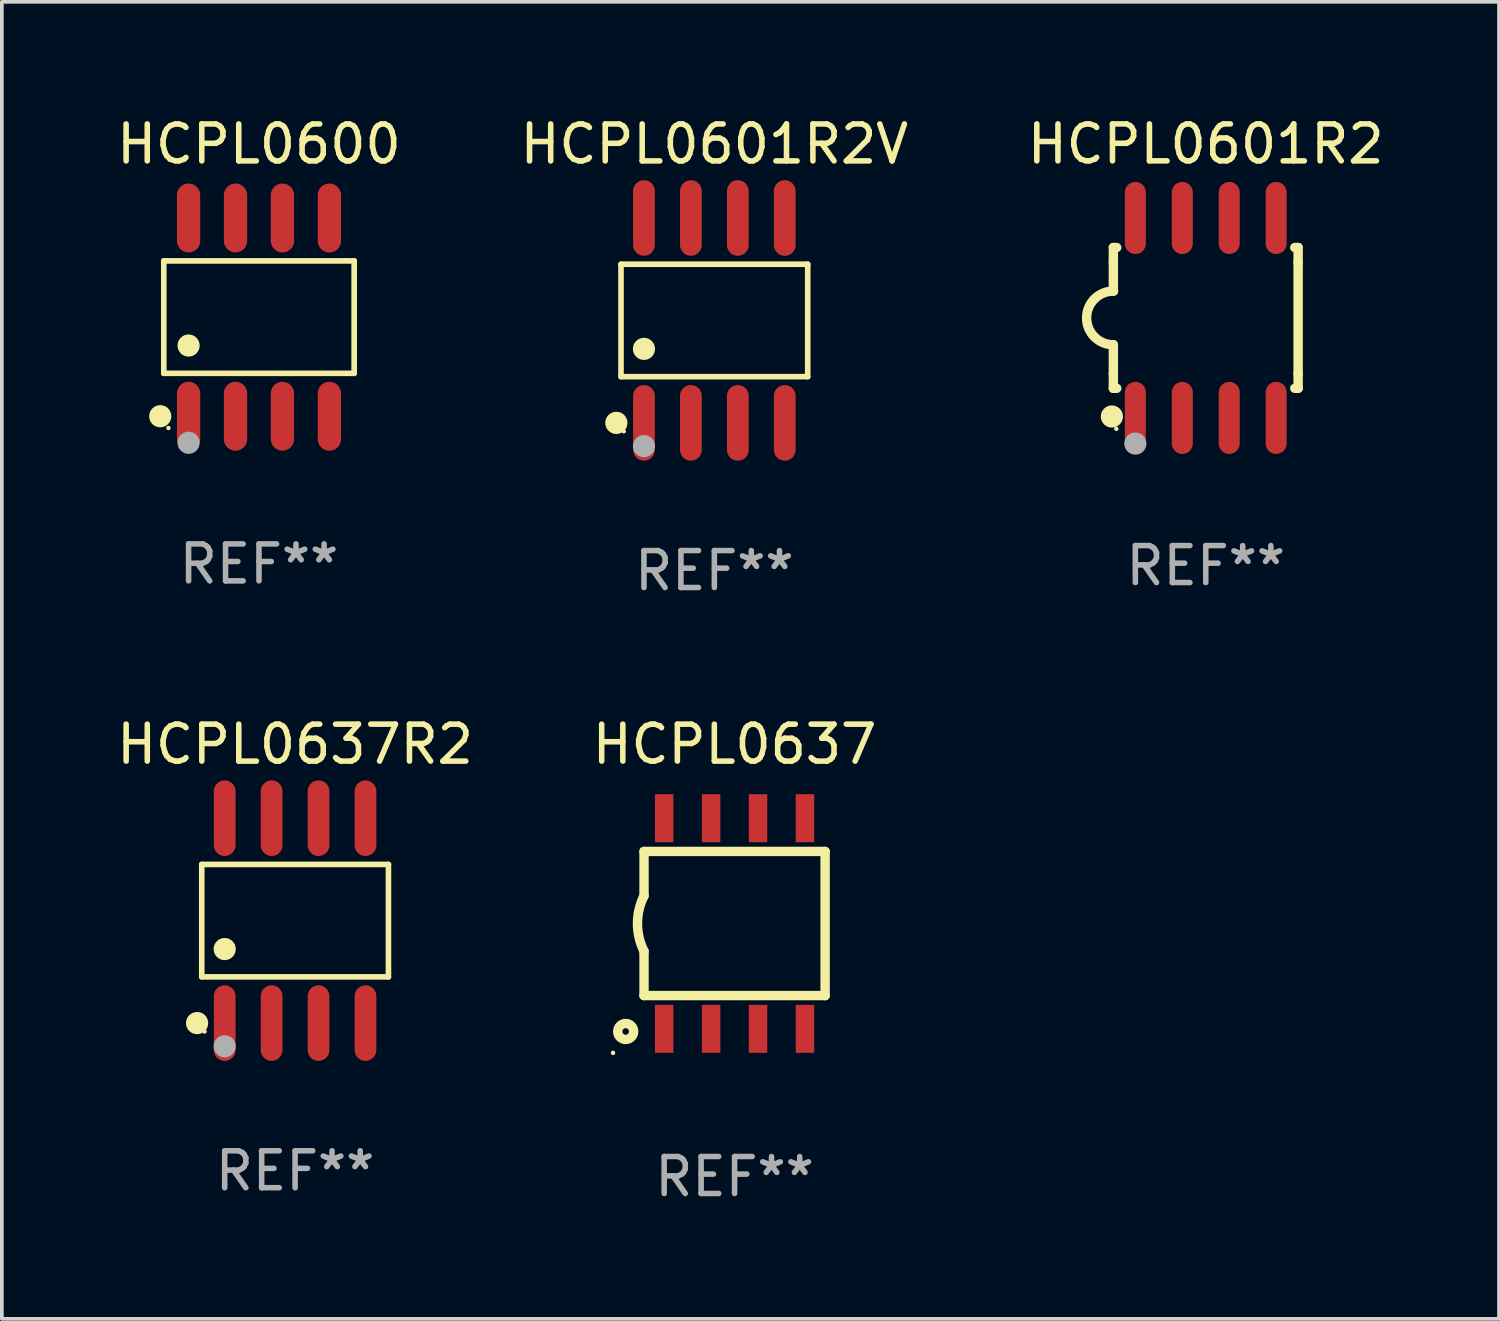
<source format=kicad_pcb>
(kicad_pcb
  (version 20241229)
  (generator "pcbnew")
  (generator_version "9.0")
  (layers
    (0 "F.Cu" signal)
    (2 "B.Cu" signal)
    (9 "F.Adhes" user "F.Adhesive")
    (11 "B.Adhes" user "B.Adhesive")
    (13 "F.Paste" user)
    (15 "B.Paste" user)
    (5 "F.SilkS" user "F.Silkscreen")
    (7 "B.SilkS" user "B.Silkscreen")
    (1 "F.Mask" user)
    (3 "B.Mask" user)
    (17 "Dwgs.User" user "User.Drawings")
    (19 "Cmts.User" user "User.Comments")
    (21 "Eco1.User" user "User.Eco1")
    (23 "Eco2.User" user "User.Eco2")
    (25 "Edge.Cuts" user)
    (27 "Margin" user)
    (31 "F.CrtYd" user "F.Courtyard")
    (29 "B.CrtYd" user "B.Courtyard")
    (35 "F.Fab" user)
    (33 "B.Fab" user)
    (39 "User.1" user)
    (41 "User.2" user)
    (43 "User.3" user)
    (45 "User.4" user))
  (footprint "HCPL0600"
    (layer "F.Cu")
    (at 3.958 5.531)
    (property "Reference" "HCPL0600" (at 0 -4.682 0) (layer "F.SilkS") (effects (font (size 1 1) (thickness 0.15))))
    (attr through_hole)
    (fp_line (start -2.576 -1.521) (end 2.576 -1.521) (stroke (width 0.152) (type solid)) (layer "F.SilkS"))
    (fp_line (start -2.576 1.521) (end -2.576 -1.521) (stroke (width 0.152) (type solid)) (layer "F.SilkS"))
    (fp_line (start 2.576 -1.521) (end 2.576 1.521) (stroke (width 0.152) (type solid)) (layer "F.SilkS"))
    (fp_line (start 2.576 1.521) (end -2.576 1.521) (stroke (width 0.152) (type solid)) (layer "F.SilkS"))
    (fp_circle (center -2.672 2.682) (end -2.522 2.682) (stroke (width 0.3) (type solid)) (fill no) (layer "F.SilkS"))
    (fp_circle (center -2.45 3) (end -2.42 3) (stroke (width 0.06) (type solid)) (fill no) (layer "F.SilkS"))
    (fp_circle (center -1.905 0.769) (end -1.755 0.769) (stroke (width 0.3) (type solid)) (fill no) (layer "F.SilkS"))
    (fp_circle (center -1.905 3.4) (end -1.755 3.4) (stroke (width 0.3) (type solid)) (fill no) (layer "F.Fab"))
    (fp_text user "REF**" (at 0 6.682 0) (layer "F.Fab") (effects (font (size 1 1) (thickness 0.15))))
    (pad "1" smd oval (at -1.905 2.682) (size 0.63 1.865) (layers "F.Cu" "F.Mask" "F.Paste"))
    (pad "2" smd oval (at -0.635 2.682) (size 0.63 1.865) (layers "F.Cu" "F.Mask" "F.Paste"))
    (pad "3" smd oval (at 0.635 2.682) (size 0.63 1.865) (layers "F.Cu" "F.Mask" "F.Paste"))
    (pad "4" smd oval (at 1.905 2.682) (size 0.63 1.865) (layers "F.Cu" "F.Mask" "F.Paste"))
    (pad "5" smd oval (at 1.905 -2.682) (size 0.63 1.865) (layers "F.Cu" "F.Mask" "F.Paste"))
    (pad "6" smd oval (at 0.635 -2.682) (size 0.63 1.865) (layers "F.Cu" "F.Mask" "F.Paste"))
    (pad "7" smd oval (at -0.635 -2.682) (size 0.63 1.865) (layers "F.Cu" "F.Mask" "F.Paste"))
    (pad "8" smd oval (at -1.905 -2.682) (size 0.63 1.865) (layers "F.Cu" "F.Mask" "F.Paste")))
  (footprint "HCPL0637"
    (layer "F.Cu")
    (at 16.827 21.94)
    (property "Reference" "HCPL0637" (at 0 -4.85 0) (layer "F.SilkS") (effects (font (size 1 1) (thickness 0.15))))
    (attr through_hole)
    (fp_line (start -2.45 -1.95) (end -2.45 -0.75) (stroke (width 0.254) (type solid)) (layer "F.SilkS"))
    (fp_line (start -2.45 -1.95) (end 2.45 -1.95) (stroke (width 0.254) (type solid)) (layer "F.SilkS"))
    (fp_line (start -2.45 1.95) (end 2.45 1.95) (stroke (width 0.254) (type solid)) (layer "F.SilkS"))
    (fp_line (start -2.45 1.95) (end -2.45 0.75) (stroke (width 0.254) (type solid)) (layer "F.SilkS"))
    (fp_line (start 2.45 -1.95) (end 2.45 1.95) (stroke (width 0.254) (type solid)) (layer "F.SilkS"))
    (fp_arc (start -2.449797 0.750698) (mid -2.626996 0.00042) (end -2.450025 -0.749911) (stroke (width 0.254001) (type solid)) (layer "F.SilkS"))
    (fp_circle (center -3.289 3.5) (end -3.259 3.5) (stroke (width 0.06) (type solid)) (fill no) (layer "F.SilkS"))
    (fp_circle (center -2.946 2.921) (end -2.73 2.921) (stroke (width 0.254) (type solid)) (fill no) (layer "F.SilkS"))
    (fp_text user "REF**" (at 0 6.85 0) (layer "F.Fab") (effects (font (size 1 1) (thickness 0.15))))
    (pad "1" smd rect (at -1.905 2.85 180) (size 0.5 1.3) (layers "F.Cu" "F.Mask" "F.Paste"))
    (pad "2" smd rect (at -0.635 2.85 180) (size 0.5 1.3) (layers "F.Cu" "F.Mask" "F.Paste"))
    (pad "3" smd rect (at 0.635 2.85 180) (size 0.5 1.3) (layers "F.Cu" "F.Mask" "F.Paste"))
    (pad "4" smd rect (at 1.905 2.85 180) (size 0.5 1.3) (layers "F.Cu" "F.Mask" "F.Paste"))
    (pad "5" smd rect (at 1.905 -2.85 180) (size 0.5 1.3) (layers "F.Cu" "F.Mask" "F.Paste"))
    (pad "6" smd rect (at 0.635 -2.85 180) (size 0.5 1.3) (layers "F.Cu" "F.Mask" "F.Paste"))
    (pad "7" smd rect (at -0.635 -2.85 180) (size 0.5 1.3) (layers "F.Cu" "F.Mask" "F.Paste"))
    (pad "8" smd rect (at -1.905 -2.85 180) (size 0.5 1.3) (layers "F.Cu" "F.Mask" "F.Paste")))
  (footprint "HCPL0601R2V"
    (layer "F.Cu")
    (at 16.28 5.621)
    (property "Reference" "HCPL0601R2V" (at 0 -4.772 0) (layer "F.SilkS") (effects (font (size 1 1) (thickness 0.15))))
    (attr through_hole)
    (fp_line (start -2.526 -1.521) (end 2.526 -1.521) (stroke (width 0.152) (type solid)) (layer "F.SilkS"))
    (fp_line (start -2.526 1.521) (end -2.526 -1.521) (stroke (width 0.152) (type solid)) (layer "F.SilkS"))
    (fp_line (start 2.526 -1.521) (end 2.526 1.521) (stroke (width 0.152) (type solid)) (layer "F.SilkS"))
    (fp_line (start 2.526 1.521) (end -2.526 1.521) (stroke (width 0.152) (type solid)) (layer "F.SilkS"))
    (fp_circle (center -2.652 2.772) (end -2.501 2.772) (stroke (width 0.3) (type solid)) (fill no) (layer "F.SilkS"))
    (fp_circle (center -2.45 3) (end -2.42 3) (stroke (width 0.06) (type solid)) (fill no) (layer "F.SilkS"))
    (fp_circle (center -1.905 0.769) (end -1.755 0.769) (stroke (width 0.3) (type solid)) (fill no) (layer "F.SilkS"))
    (fp_circle (center -1.905 3.4) (end -1.755 3.4) (stroke (width 0.3) (type solid)) (fill no) (layer "F.Fab"))
    (fp_text user "REF**" (at 0 6.772 0) (layer "F.Fab") (effects (font (size 1 1) (thickness 0.15))))
    (pad "1" smd oval (at -1.905 2.772) (size 0.588 2.045) (layers "F.Cu" "F.Mask" "F.Paste"))
    (pad "2" smd oval (at -0.635 2.772) (size 0.588 2.045) (layers "F.Cu" "F.Mask" "F.Paste"))
    (pad "3" smd oval (at 0.635 2.772) (size 0.588 2.045) (layers "F.Cu" "F.Mask" "F.Paste"))
    (pad "4" smd oval (at 1.905 2.772) (size 0.588 2.045) (layers "F.Cu" "F.Mask" "F.Paste"))
    (pad "5" smd oval (at 1.905 -2.772) (size 0.588 2.045) (layers "F.Cu" "F.Mask" "F.Paste"))
    (pad "6" smd oval (at 0.635 -2.772) (size 0.588 2.045) (layers "F.Cu" "F.Mask" "F.Paste"))
    (pad "7" smd oval (at -0.635 -2.772) (size 0.588 2.045) (layers "F.Cu" "F.Mask" "F.Paste"))
    (pad "8" smd oval (at -1.905 -2.772) (size 0.588 2.045) (layers "F.Cu" "F.Mask" "F.Paste")))
  (footprint "HCPL0601R2"
    (layer "F.Cu")
    (at 29.577 5.553)
    (property "Reference" "HCPL0601R2" (at 0 -4.705 0) (layer "F.SilkS") (effects (font (size 1 1) (thickness 0.15))))
    (attr through_hole)
    (fp_line (start -2.5 -1.905) (end -2.409 -1.905) (stroke (width 0.254) (type solid)) (layer "F.SilkS"))
    (fp_line (start -2.5 -1.5) (end -2.5 -1.905) (stroke (width 0.254) (type solid)) (layer "F.SilkS"))
    (fp_line (start -2.5 -1.5) (end -2.5 -0.726) (stroke (width 0.254) (type solid)) (layer "F.SilkS"))
    (fp_line (start -2.5 1.5) (end -2.5 0.727) (stroke (width 0.254) (type solid)) (layer "F.SilkS"))
    (fp_line (start -2.5 1.5) (end -2.5 1.905) (stroke (width 0.254) (type solid)) (layer "F.SilkS"))
    (fp_line (start -2.5 1.905) (end -2.409 1.905) (stroke (width 0.254) (type solid)) (layer "F.SilkS"))
    (fp_line (start 2.5 -1.905) (end 2.409 -1.905) (stroke (width 0.254) (type solid)) (layer "F.SilkS"))
    (fp_line (start 2.5 -1.5) (end 2.5 -1.905) (stroke (width 0.254) (type solid)) (layer "F.SilkS"))
    (fp_line (start 2.5 -1.5) (end 2.5 1.5) (stroke (width 0.254) (type solid)) (layer "F.SilkS"))
    (fp_line (start 2.5 1.5) (end 2.5 1.905) (stroke (width 0.254) (type solid)) (layer "F.SilkS"))
    (fp_line (start 2.5 1.905) (end 2.409 1.905) (stroke (width 0.254) (type solid)) (layer "F.SilkS"))
    (fp_arc (start -2.5 0.726568) (mid -3.220316 -0.0023) (end -2.495097 -0.726289) (stroke (width 0.254001) (type solid)) (layer "F.SilkS"))
    (fp_circle (center -2.54 2.667) (end -2.39 2.667) (stroke (width 0.3) (type solid)) (fill no) (layer "F.SilkS"))
    (fp_circle (center -2.42 3) (end -2.39 3) (stroke (width 0.06) (type solid)) (fill no) (layer "F.SilkS"))
    (fp_circle (center -1.905 3.4) (end -1.755 3.4) (stroke (width 0.3) (type solid)) (fill no) (layer "F.Fab"))
    (fp_text user "REF**" (at 0 6.705 0) (layer "F.Fab") (effects (font (size 1 1) (thickness 0.15))))
    (pad "1" smd oval (at -1.905 2.705) (size 0.568 1.95) (layers "F.Cu" "F.Mask" "F.Paste"))
    (pad "2" smd oval (at -0.635 2.705) (size 0.568 1.95) (layers "F.Cu" "F.Mask" "F.Paste"))
    (pad "3" smd oval (at 0.635 2.705) (size 0.568 1.95) (layers "F.Cu" "F.Mask" "F.Paste"))
    (pad "4" smd oval (at 1.905 2.705) (size 0.568 1.95) (layers "F.Cu" "F.Mask" "F.Paste"))
    (pad "5" smd oval (at 1.905 -2.705) (size 0.568 1.95) (layers "F.Cu" "F.Mask" "F.Paste"))
    (pad "6" smd oval (at 0.635 -2.705) (size 0.568 1.95) (layers "F.Cu" "F.Mask" "F.Paste"))
    (pad "7" smd oval (at -0.635 -2.705) (size 0.568 1.95) (layers "F.Cu" "F.Mask" "F.Paste"))
    (pad "8" smd oval (at -1.905 -2.705) (size 0.568 1.95) (layers "F.Cu" "F.Mask" "F.Paste")))
  (footprint "HCPL0637R2"
    (layer "F.Cu")
    (at 4.935 21.862)
    (property "Reference" "HCPL0637R2" (at 0 -4.772 0) (layer "F.SilkS") (effects (font (size 1 1) (thickness 0.15))))
    (attr through_hole)
    (fp_line (start -2.526 -1.521) (end 2.526 -1.521) (stroke (width 0.152) (type solid)) (layer "F.SilkS"))
    (fp_line (start -2.526 1.521) (end -2.526 -1.521) (stroke (width 0.152) (type solid)) (layer "F.SilkS"))
    (fp_line (start 2.526 -1.521) (end 2.526 1.521) (stroke (width 0.152) (type solid)) (layer "F.SilkS"))
    (fp_line (start 2.526 1.521) (end -2.526 1.521) (stroke (width 0.152) (type solid)) (layer "F.SilkS"))
    (fp_circle (center -2.652 2.772) (end -2.501 2.772) (stroke (width 0.3) (type solid)) (fill no) (layer "F.SilkS"))
    (fp_circle (center -2.45 3) (end -2.42 3) (stroke (width 0.06) (type solid)) (fill no) (layer "F.SilkS"))
    (fp_circle (center -1.905 0.769) (end -1.755 0.769) (stroke (width 0.3) (type solid)) (fill no) (layer "F.SilkS"))
    (fp_circle (center -1.905 3.4) (end -1.755 3.4) (stroke (width 0.3) (type solid)) (fill no) (layer "F.Fab"))
    (fp_text user "REF**" (at 0 6.772 0) (layer "F.Fab") (effects (font (size 1 1) (thickness 0.15))))
    (pad "1" smd oval (at -1.905 2.772) (size 0.588 2.045) (layers "F.Cu" "F.Mask" "F.Paste"))
    (pad "2" smd oval (at -0.635 2.772) (size 0.588 2.045) (layers "F.Cu" "F.Mask" "F.Paste"))
    (pad "3" smd oval (at 0.635 2.772) (size 0.588 2.045) (layers "F.Cu" "F.Mask" "F.Paste"))
    (pad "4" smd oval (at 1.905 2.772) (size 0.588 2.045) (layers "F.Cu" "F.Mask" "F.Paste"))
    (pad "5" smd oval (at 1.905 -2.772) (size 0.588 2.045) (layers "F.Cu" "F.Mask" "F.Paste"))
    (pad "6" smd oval (at 0.635 -2.772) (size 0.588 2.045) (layers "F.Cu" "F.Mask" "F.Paste"))
    (pad "7" smd oval (at -0.635 -2.772) (size 0.588 2.045) (layers "F.Cu" "F.Mask" "F.Paste"))
    (pad "8" smd oval (at -1.905 -2.772) (size 0.588 2.045) (layers "F.Cu" "F.Mask" "F.Paste")))
  (gr_rect
    (start -3 -3)
    (end 37.512 32.638)
    (stroke (width 0.1) (type default))
    (fill no)
    (layer "Edge.Cuts")))
</source>
